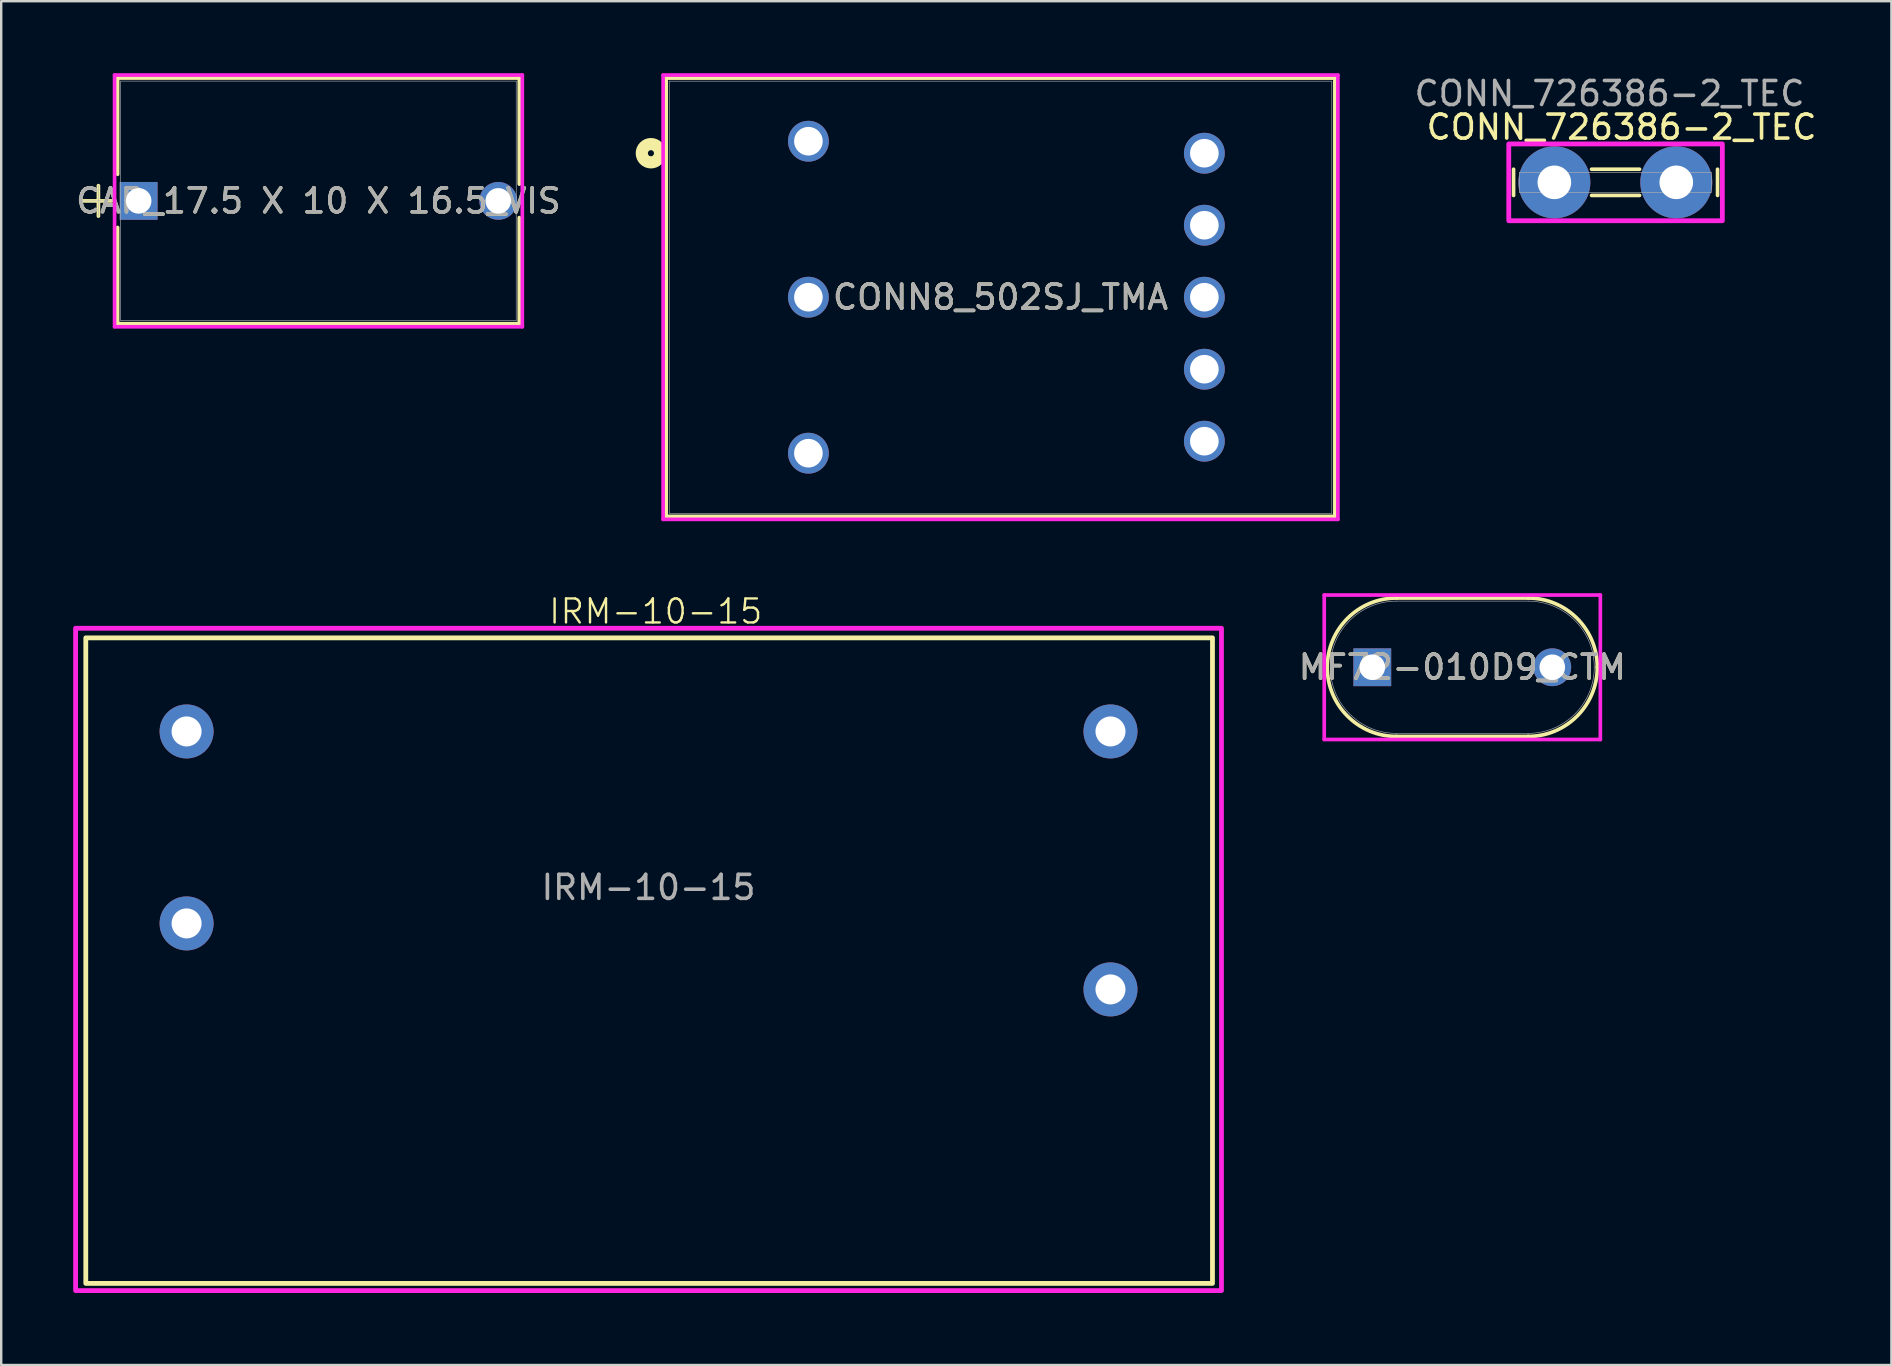
<source format=kicad_pcb>
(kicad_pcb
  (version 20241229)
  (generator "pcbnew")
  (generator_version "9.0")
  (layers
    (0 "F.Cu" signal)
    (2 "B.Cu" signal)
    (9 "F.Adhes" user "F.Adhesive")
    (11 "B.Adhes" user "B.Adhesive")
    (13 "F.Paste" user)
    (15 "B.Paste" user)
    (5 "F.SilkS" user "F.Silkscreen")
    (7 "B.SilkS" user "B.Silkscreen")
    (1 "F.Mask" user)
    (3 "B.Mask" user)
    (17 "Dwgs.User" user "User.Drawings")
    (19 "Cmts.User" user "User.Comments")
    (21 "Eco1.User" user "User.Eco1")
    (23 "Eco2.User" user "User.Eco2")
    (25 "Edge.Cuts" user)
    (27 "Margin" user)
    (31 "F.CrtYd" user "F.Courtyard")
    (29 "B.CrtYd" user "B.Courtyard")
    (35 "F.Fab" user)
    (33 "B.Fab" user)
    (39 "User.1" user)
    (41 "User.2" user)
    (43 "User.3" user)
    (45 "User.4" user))
  (footprint "MF72-010D9_CTM"
    (layer "F.Cu")
    (at 54.135 24.755)
    (property "Reference" "MF72-010D9_CTM" (at 3.75 0 0) (unlocked yes) (layer "F.SilkS") (effects (font (size 1 1) (thickness 0.15))))
    (attr through_hole)
    (fp_line (start 1.007 -2.883) (end 6.493 -2.883) (stroke (width 0.152) (type solid)) (layer "F.SilkS"))
    (fp_line (start 1.007 2.883) (end 6.493 2.883) (stroke (width 0.152) (type solid)) (layer "F.SilkS"))
    (fp_arc (start 1.0068 2.8829) (mid -1.8761 0) (end 1.0068 -2.8829) (stroke (width 0.1524) (type solid)) (layer "F.SilkS"))
    (fp_arc (start 6.4932 -2.8829) (mid 8.531718 -2.038518) (end 9.3761 0) (stroke (width 0.1524) (type solid)) (layer "F.SilkS"))
    (fp_arc (start 9.3761 0) (mid 8.531718 2.038518) (end 6.4932 2.8829) (stroke (width 0.1524) (type solid)) (layer "F.SilkS"))
    (fp_line (start -2.003 -3.01) (end 9.503 -3.01) (stroke (width 0.152) (type solid)) (layer "F.CrtYd"))
    (fp_line (start -2.003 3.01) (end -2.003 -3.01) (stroke (width 0.152) (type solid)) (layer "F.CrtYd"))
    (fp_line (start 9.503 -3.01) (end 9.503 3.01) (stroke (width 0.152) (type solid)) (layer "F.CrtYd"))
    (fp_line (start 9.503 3.01) (end -2.003 3.01) (stroke (width 0.152) (type solid)) (layer "F.CrtYd"))
    (fp_line (start 1.007 -2.756) (end 6.493 -2.756) (stroke (width 0.025) (type solid)) (layer "F.Fab"))
    (fp_line (start 1.007 2.756) (end 6.493 2.756) (stroke (width 0.025) (type solid)) (layer "F.Fab"))
    (fp_arc (start 1.0068 2.7559) (mid -1.7491 0) (end 1.0068 -2.7559) (stroke (width 0.0254) (type solid)) (layer "F.Fab"))
    (fp_arc (start 6.4932 -2.7559) (mid 9.2491 0) (end 6.4932 2.7559) (stroke (width 0.0254) (type solid)) (layer "F.Fab"))
    (fp_text user "${REFERENCE}" (at 3.75 0 0) (unlocked yes) (layer "F.Fab") (effects (font (size 1 1) (thickness 0.15))))
    (pad "1" thru_hole rect (at 0 0) (size 1.575 1.575) (drill 1.067) (layers "*.Cu" "*.Mask"))
    (pad "2" thru_hole circle (at 7.5 0) (size 1.575 1.575) (drill 1.067) (layers "*.Cu" "*.Mask")))
  (footprint "IRM-10-15"
    (layer "F.Cu")
    (at 23.975 31.43)
    (property "Reference" "IRM-10-15" (at 0.3 -9 0) (unlocked yes) (layer "F.SilkS") (effects (font (size 1 1) (thickness 0.1))))
    (attr through_hole)
    (fp_rect (start -23.45 -7.9) (end 23.5 19) (stroke (width 0.2) (type default)) (fill no) (layer "F.SilkS"))
    (fp_rect (start -23.875 -8.3) (end 23.875 19.3) (stroke (width 0.2) (type default)) (fill no) (layer "F.CrtYd"))
    (fp_text user "${REFERENCE}" (at 0 2.5 0) (unlocked yes) (layer "F.Fab") (effects (font (size 1 1) (thickness 0.15))))
    (pad "1" thru_hole circle (at -19.25 -4) (size 2.25 2.25) (drill 1.25) (layers "*.Cu" "*.Mask"))
    (pad "2" thru_hole circle (at -19.25 4) (size 2.25 2.25) (drill 1.25) (layers "*.Cu" "*.Mask"))
    (pad "3" thru_hole circle (at 19.25 6.75) (size 2.25 2.25) (drill 1.25) (layers "*.Cu" "*.Mask"))
    (pad "4" thru_hole circle (at 19.25 -4) (size 2.25 2.25) (drill 1.25) (layers "*.Cu" "*.Mask")))
  (footprint "CAP_17.5 X 10 X 16.5_VIS"
    (layer "F.Cu")
    (at 2.727 5.321)
    (property "Reference" "CAP_17.5 X 10 X 16.5_VIS" (at 7.493 0 0) (unlocked yes) (layer "F.SilkS") (effects (font (size 1 1) (thickness 0.15))))
    (attr through_hole)
    (fp_line (start -2.311 0) (end -1.12 0) (stroke (width 0.152) (type solid)) (layer "F.SilkS"))
    (fp_line (start -1.676 -0.635) (end -1.676 0.635) (stroke (width 0.152) (type solid)) (layer "F.SilkS"))
    (fp_line (start -0.876 -5.118) (end -0.876 -1.108) (stroke (width 0.152) (type solid)) (layer "F.SilkS"))
    (fp_line (start -0.876 1.108) (end -0.876 5.118) (stroke (width 0.152) (type solid)) (layer "F.SilkS"))
    (fp_line (start 15.862 -5.118) (end -0.876 -5.118) (stroke (width 0.152) (type solid)) (layer "F.SilkS"))
    (fp_line (start 15.862 -5.118) (end 15.862 -0.698) (stroke (width 0.152) (type solid)) (layer "F.SilkS"))
    (fp_line (start 15.862 0.698) (end 15.862 5.118) (stroke (width 0.152) (type solid)) (layer "F.SilkS"))
    (fp_line (start 15.862 5.118) (end -0.876 5.118) (stroke (width 0.152) (type solid)) (layer "F.SilkS"))
    (fp_line (start -1.003 -5.245) (end 15.989 -5.245) (stroke (width 0.152) (type solid)) (layer "F.CrtYd"))
    (fp_line (start -1.003 5.245) (end -1.003 -5.245) (stroke (width 0.152) (type solid)) (layer "F.CrtYd"))
    (fp_line (start 15.989 -5.245) (end 15.989 5.245) (stroke (width 0.152) (type solid)) (layer "F.CrtYd"))
    (fp_line (start 15.989 5.245) (end -1.003 5.245) (stroke (width 0.152) (type solid)) (layer "F.CrtYd"))
    (fp_line (start -2.311 0) (end -1.041 0) (stroke (width 0.025) (type solid)) (layer "F.Fab"))
    (fp_line (start -1.676 -0.635) (end -1.676 0.635) (stroke (width 0.025) (type solid)) (layer "F.Fab"))
    (fp_line (start -0.749 -4.991) (end -0.749 4.991) (stroke (width 0.025) (type solid)) (layer "F.Fab"))
    (fp_line (start 15.735 -4.991) (end -0.749 -4.991) (stroke (width 0.025) (type solid)) (layer "F.Fab"))
    (fp_line (start 15.735 -4.991) (end 15.735 4.991) (stroke (width 0.025) (type solid)) (layer "F.Fab"))
    (fp_line (start 15.735 4.991) (end -0.749 4.991) (stroke (width 0.025) (type solid)) (layer "F.Fab"))
    (fp_text user "${REFERENCE}" (at 7.493 0 0) (unlocked yes) (layer "F.Fab") (effects (font (size 1 1) (thickness 0.15))))
    (pad "1" thru_hole rect (at 0 0) (size 1.575 1.575) (drill 1.067) (layers "*.Cu" "*.Mask"))
    (pad "2" thru_hole circle (at 14.986 0) (size 1.575 1.575) (drill 1.067) (layers "*.Cu" "*.Mask")))
  (footprint "CONN8_502SJ_TMA"
    (layer "F.Cu")
    (at 30.637 2.835)
    (property "Reference" "CONN8_502SJ_TMA" (at 8.005 6.5 0) (unlocked yes) (layer "F.SilkS") (effects (font (size 1 1) (thickness 0.15))))
    (attr through_hole)
    (fp_line (start -5.927 -2.631) (end -5.927 15.631) (stroke (width 0.152) (type solid)) (layer "F.SilkS"))
    (fp_line (start -5.927 15.631) (end 21.937 15.631) (stroke (width 0.152) (type solid)) (layer "F.SilkS"))
    (fp_line (start 21.937 -2.631) (end -5.927 -2.631) (stroke (width 0.152) (type solid)) (layer "F.SilkS"))
    (fp_line (start 21.937 15.631) (end 21.937 -2.631) (stroke (width 0.152) (type solid)) (layer "F.SilkS"))
    (fp_circle (center -6.562 0.5) (end -6.181 0.5) (stroke (width 0.508) (type solid)) (fill no) (layer "F.SilkS"))
    (fp_line (start -6.054 -2.758) (end -6.054 15.758) (stroke (width 0.152) (type solid)) (layer "F.CrtYd"))
    (fp_line (start -6.054 15.758) (end 22.064 15.758) (stroke (width 0.152) (type solid)) (layer "F.CrtYd"))
    (fp_line (start 22.064 -2.758) (end -6.054 -2.758) (stroke (width 0.152) (type solid)) (layer "F.CrtYd"))
    (fp_line (start 22.064 15.758) (end 22.064 -2.758) (stroke (width 0.152) (type solid)) (layer "F.CrtYd"))
    (fp_line (start -5.8 -2.504) (end -5.8 15.504) (stroke (width 0.025) (type solid)) (layer "F.Fab"))
    (fp_line (start -5.8 15.504) (end 21.81 15.504) (stroke (width 0.025) (type solid)) (layer "F.Fab"))
    (fp_line (start 21.81 -2.504) (end -5.8 -2.504) (stroke (width 0.025) (type solid)) (layer "F.Fab"))
    (fp_line (start 21.81 15.504) (end 21.81 -2.504) (stroke (width 0.025) (type solid)) (layer "F.Fab"))
    (fp_text user "${REFERENCE}" (at 8.005 6.5 0) (unlocked yes) (layer "F.Fab") (effects (font (size 1 1) (thickness 0.15))))
    (pad "1" thru_hole circle (at 0 0) (size 1.702 1.702) (drill 1.194) (layers "*.Cu" "*.Mask"))
    (pad "3" thru_hole circle (at 0 6.5) (size 1.702 1.702) (drill 1.194) (layers "*.Cu" "*.Mask"))
    (pad "5" thru_hole circle (at 0 13) (size 1.702 1.702) (drill 1.194) (layers "*.Cu" "*.Mask"))
    (pad "6" thru_hole circle (at 16.5 12.5) (size 1.702 1.702) (drill 1.194) (layers "*.Cu" "*.Mask"))
    (pad "7" thru_hole circle (at 16.5 9.5) (size 1.702 1.702) (drill 1.194) (layers "*.Cu" "*.Mask"))
    (pad "8" thru_hole circle (at 16.5 6.5) (size 1.702 1.702) (drill 1.194) (layers "*.Cu" "*.Mask"))
    (pad "9" thru_hole circle (at 16.5 3.5) (size 1.702 1.702) (drill 1.194) (layers "*.Cu" "*.Mask"))
    (pad "10" thru_hole circle (at 16.5 0.5) (size 1.702 1.702) (drill 1.194) (layers "*.Cu" "*.Mask")))
  (footprint "CONN_726386-2_TEC"
    (layer "F.Cu")
    (at 61.722 4.548)
    (property "Reference" "CONN_726386-2_TEC" (at 2.8 -2.3 0) (unlocked yes) (layer "F.SilkS") (effects (font (size 1 1) (thickness 0.15))))
    (attr through_hole)
    (fp_line (start -1.7 -0.546) (end -1.7 0.546) (stroke (width 0.152) (type solid)) (layer "F.SilkS"))
    (fp_line (start 1.55 0.546) (end 3.55 0.546) (stroke (width 0.152) (type solid)) (layer "F.SilkS"))
    (fp_line (start 3.55 -0.546) (end 1.55 -0.546) (stroke (width 0.152) (type solid)) (layer "F.SilkS"))
    (fp_line (start 6.8 0.546) (end 6.8 -0.546) (stroke (width 0.152) (type solid)) (layer "F.SilkS"))
    (fp_rect (start -1.9 -1.6) (end 7 1.6) (stroke (width 0.2) (type default)) (fill no) (layer "F.CrtYd"))
    (fp_line (start -1.46 -0.419) (end -1.46 0.419) (stroke (width 0.025) (type solid)) (layer "F.Fab"))
    (fp_line (start -1.46 0.419) (end 6.54 0.419) (stroke (width 0.025) (type solid)) (layer "F.Fab"))
    (fp_line (start 6.54 -0.419) (end -1.46 -0.419) (stroke (width 0.025) (type solid)) (layer "F.Fab"))
    (fp_line (start 6.54 0.419) (end 6.54 -0.419) (stroke (width 0.025) (type solid)) (layer "F.Fab"))
    (fp_text user "${REFERENCE}" (at 2.3 -3.7 0) (unlocked yes) (layer "F.Fab") (effects (font (size 1 1) (thickness 0.15))))
    (pad "1" thru_hole circle (at 0 0) (size 3 3) (drill 1.4) (layers "*.Cu" "*.Mask"))
    (pad "2" thru_hole circle (at 5.08 0) (size 3 3) (drill 1.4) (layers "*.Cu" "*.Mask")))
  (gr_rect
    (start -3 -3)
    (end 75.766 53.83)
    (stroke (width 0.1) (type default))
    (fill no)
    (layer "Edge.Cuts")))
</source>
